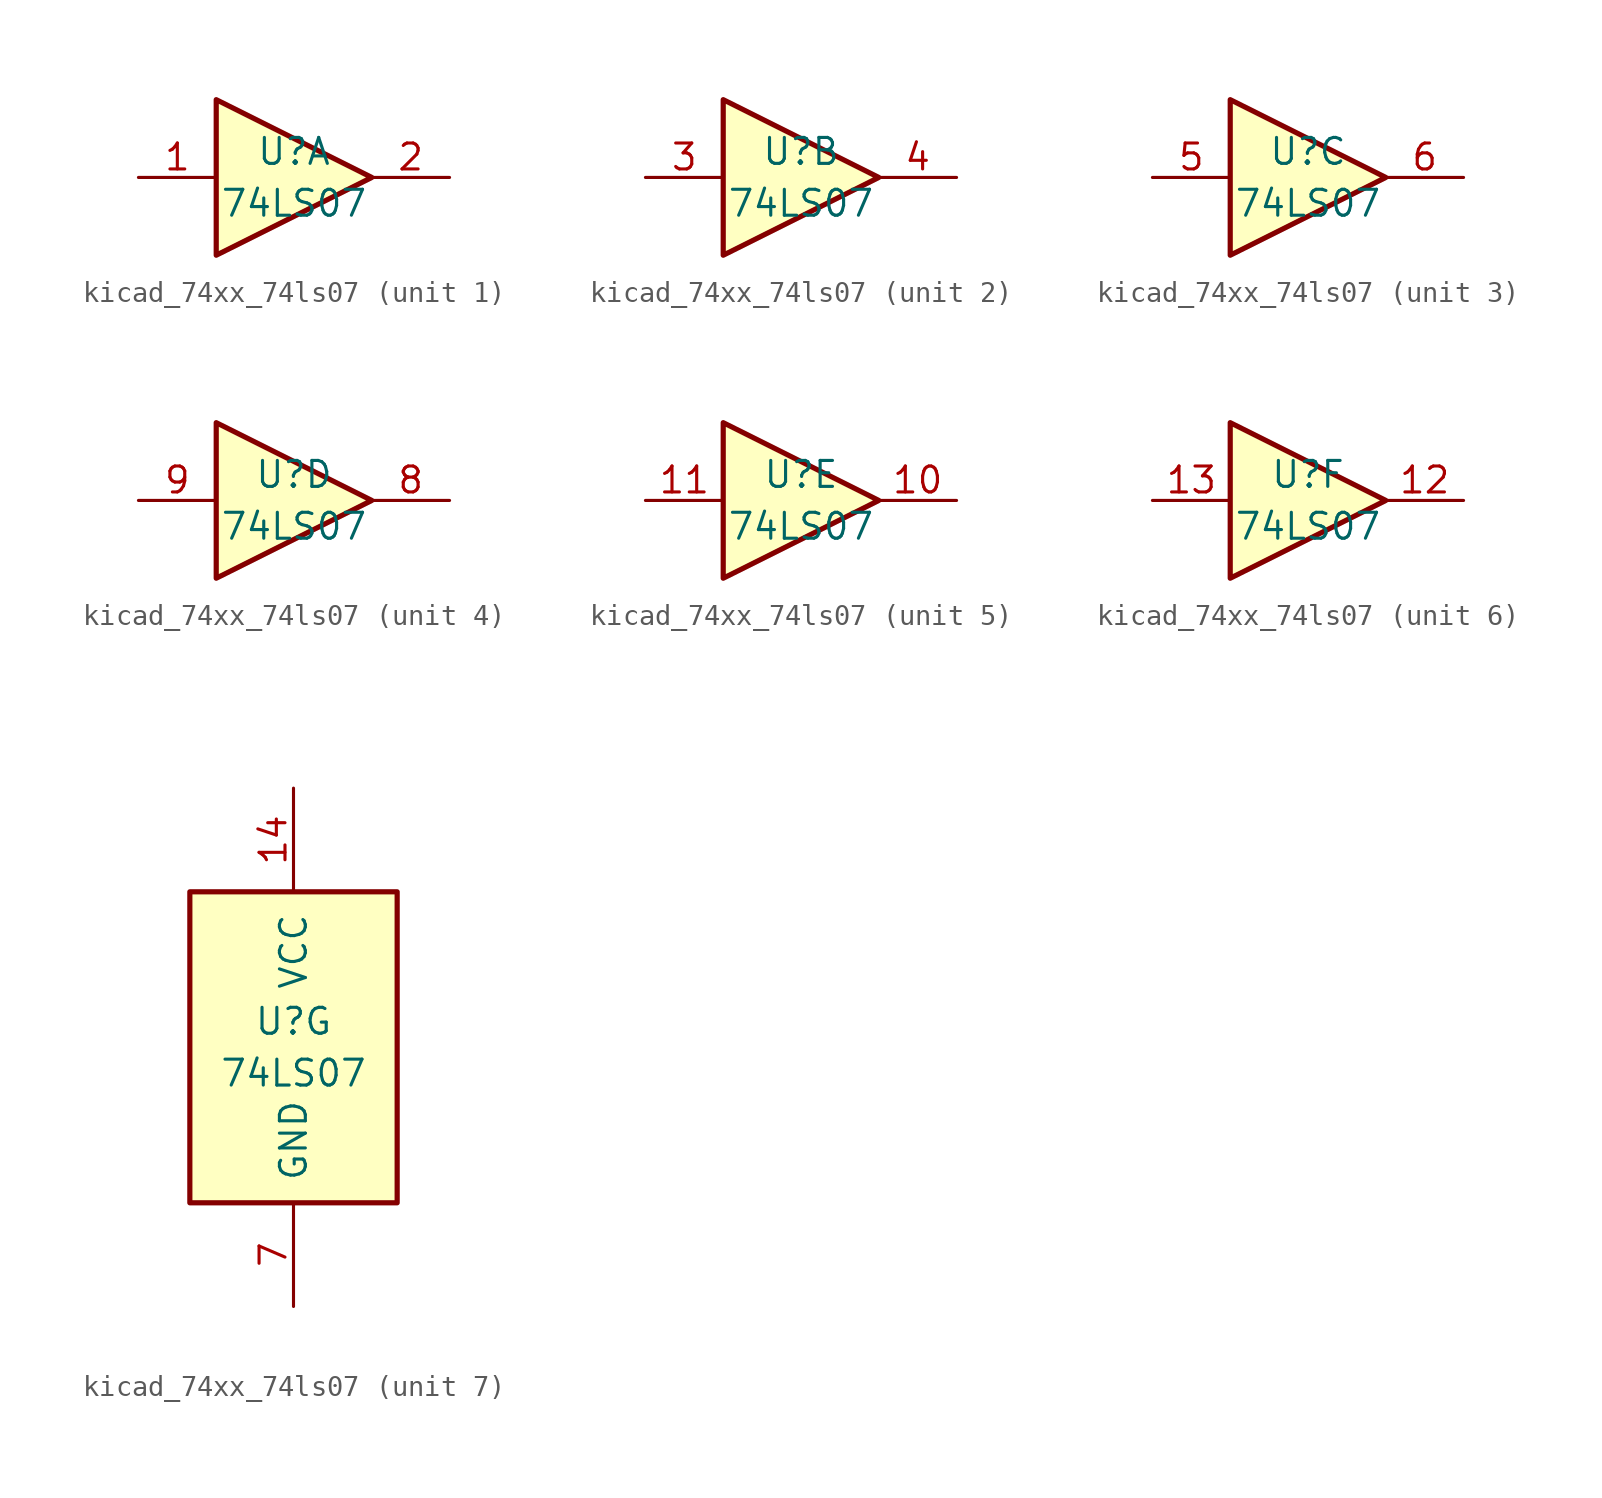
<source format=kicad_sym>
(kicad_symbol_lib
  (version 20220914)
  (generator kicad_symbol_editor)
  (symbol "kicad_74xx_74ls07"
    (pin_names
      (offset 1.016))
    (property "Reference" "U"
      (at 0 1.27 0)
      (effects (font (size 1.27 1.27))))
    (property "Value" "74LS07"
      (at 0 -1.27 0)
      (effects (font (size 1.27 1.27))))
    (property "ki_locked" ""
      (at 0 0 0)
      (effects (font (size 1.27 1.27))))
    (symbol "kicad_74xx_74ls07_1_0"
      (polyline (pts (xy -3.81 3.81) (xy -3.81 -3.81) (xy 3.81 0) (xy -3.81 3.81)) (stroke (width 0.254) (type default)) (fill (type background)))
      (pin input line (at -7.62 0 0) (length 3.81) (name "~" (effects (font (size 1.27 1.27)))) (number "1" (effects (font (size 1.27 1.27)))))
      (pin open_collector line (at 7.62 0 180) (length 3.81) (name "~" (effects (font (size 1.27 1.27)))) (number "2" (effects (font (size 1.27 1.27))))))
    (symbol "kicad_74xx_74ls07_2_0"
      (polyline (pts (xy -3.81 3.81) (xy -3.81 -3.81) (xy 3.81 0) (xy -3.81 3.81)) (stroke (width 0.254) (type default)) (fill (type background)))
      (pin input line (at -7.62 0 0) (length 3.81) (name "~" (effects (font (size 1.27 1.27)))) (number "3" (effects (font (size 1.27 1.27)))))
      (pin open_collector line (at 7.62 0 180) (length 3.81) (name "~" (effects (font (size 1.27 1.27)))) (number "4" (effects (font (size 1.27 1.27))))))
    (symbol "kicad_74xx_74ls07_3_0"
      (polyline (pts (xy -3.81 3.81) (xy -3.81 -3.81) (xy 3.81 0) (xy -3.81 3.81)) (stroke (width 0.254) (type default)) (fill (type background)))
      (pin input line (at -7.62 0 0) (length 3.81) (name "~" (effects (font (size 1.27 1.27)))) (number "5" (effects (font (size 1.27 1.27)))))
      (pin open_collector line (at 7.62 0 180) (length 3.81) (name "~" (effects (font (size 1.27 1.27)))) (number "6" (effects (font (size 1.27 1.27))))))
    (symbol "kicad_74xx_74ls07_4_0"
      (polyline (pts (xy -3.81 3.81) (xy -3.81 -3.81) (xy 3.81 0) (xy -3.81 3.81)) (stroke (width 0.254) (type default)) (fill (type background)))
      (pin open_collector line (at 7.62 0 180) (length 3.81) (name "~" (effects (font (size 1.27 1.27)))) (number "8" (effects (font (size 1.27 1.27)))))
      (pin input line (at -7.62 0 0) (length 3.81) (name "~" (effects (font (size 1.27 1.27)))) (number "9" (effects (font (size 1.27 1.27))))))
    (symbol "kicad_74xx_74ls07_5_0"
      (polyline (pts (xy -3.81 3.81) (xy -3.81 -3.81) (xy 3.81 0) (xy -3.81 3.81)) (stroke (width 0.254) (type default)) (fill (type background)))
      (pin open_collector line (at 7.62 0 180) (length 3.81) (name "~" (effects (font (size 1.27 1.27)))) (number "10" (effects (font (size 1.27 1.27)))))
      (pin input line (at -7.62 0 0) (length 3.81) (name "~" (effects (font (size 1.27 1.27)))) (number "11" (effects (font (size 1.27 1.27))))))
    (symbol "kicad_74xx_74ls07_6_0"
      (polyline (pts (xy -3.81 3.81) (xy -3.81 -3.81) (xy 3.81 0) (xy -3.81 3.81)) (stroke (width 0.254) (type default)) (fill (type background)))
      (pin open_collector line (at 7.62 0 180) (length 3.81) (name "~" (effects (font (size 1.27 1.27)))) (number "12" (effects (font (size 1.27 1.27)))))
      (pin input line (at -7.62 0 0) (length 3.81) (name "~" (effects (font (size 1.27 1.27)))) (number "13" (effects (font (size 1.27 1.27))))))
    (symbol "kicad_74xx_74ls07_7_0"
      (pin power_in line (at 0 12.7 270) (length 5.08) (name "VCC" (effects (font (size 1.27 1.27)))) (number "14" (effects (font (size 1.27 1.27)))))
      (pin power_in line (at 0 -12.7 90) (length 5.08) (name "GND" (effects (font (size 1.27 1.27)))) (number "7" (effects (font (size 1.27 1.27))))))
    (symbol "kicad_74xx_74ls07_7_1"
      (rectangle (start -5.08 7.62) (end 5.08 -7.62) (stroke (width 0.254) (type default)) (fill (type background))))))
</source>
